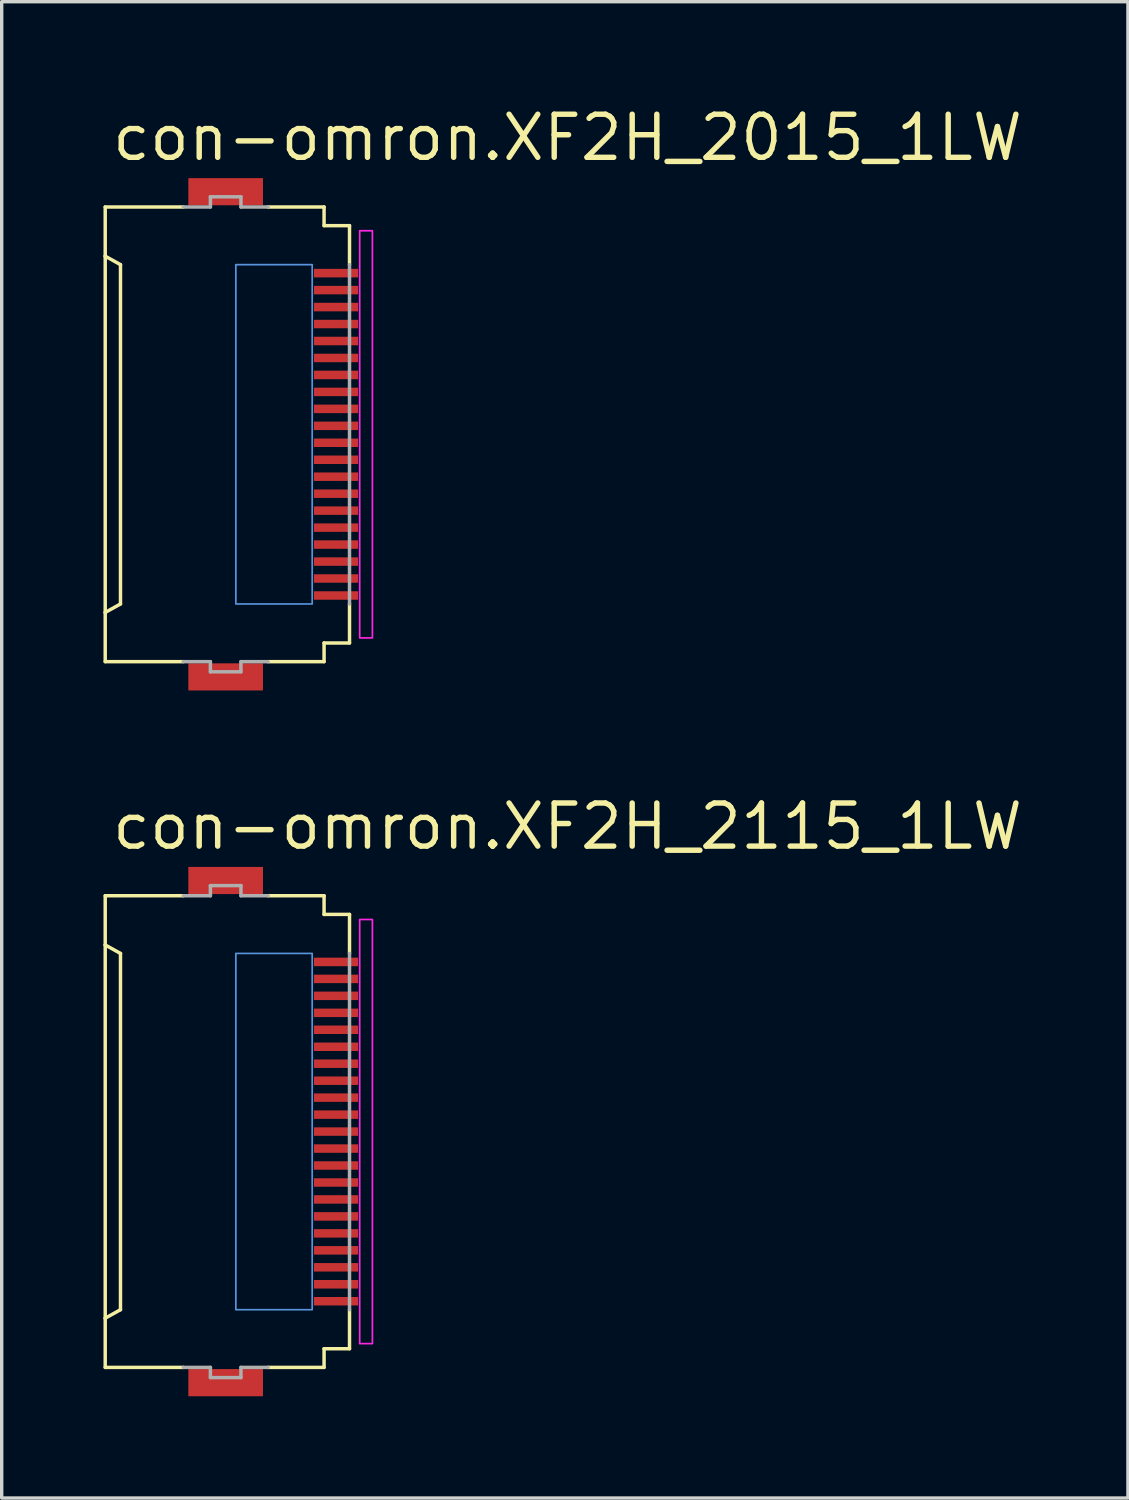
<source format=kicad_pcb>
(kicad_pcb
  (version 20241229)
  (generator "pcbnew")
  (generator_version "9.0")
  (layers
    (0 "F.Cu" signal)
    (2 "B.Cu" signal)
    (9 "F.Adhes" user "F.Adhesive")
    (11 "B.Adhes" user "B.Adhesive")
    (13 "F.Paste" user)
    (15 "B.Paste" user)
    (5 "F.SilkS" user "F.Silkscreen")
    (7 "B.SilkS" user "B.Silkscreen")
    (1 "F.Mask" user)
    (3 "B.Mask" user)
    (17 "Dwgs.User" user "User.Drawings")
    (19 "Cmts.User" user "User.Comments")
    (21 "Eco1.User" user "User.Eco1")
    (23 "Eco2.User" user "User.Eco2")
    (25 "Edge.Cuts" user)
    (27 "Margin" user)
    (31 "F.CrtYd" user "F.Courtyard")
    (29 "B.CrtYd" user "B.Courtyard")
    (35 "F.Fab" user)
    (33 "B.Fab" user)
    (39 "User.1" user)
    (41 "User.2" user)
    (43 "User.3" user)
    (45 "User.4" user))
  (footprint "con-omron.XF2H_2015_1LW"
    (layer "F.Cu")
    (at 3.676 9.75)
    (property "Reference" "con-omron.XF2H_2015_1LW" (at -3.5 -8 0) (layer "F.SilkS") (effects (font (size 1.27 1.27) (thickness 0.16)) (justify left bottom)))
    (attr smd)
    (fp_rect (start 2.475 -4.575) (end 3.875 -4.925) (stroke (width 0.05) (type default)) (fill yes) (layer "F.Mask"))
    (fp_rect (start 2.475 -4.075) (end 3.875 -4.425) (stroke (width 0.05) (type default)) (fill yes) (layer "F.Mask"))
    (fp_rect (start 2.475 -3.575) (end 3.875 -3.925) (stroke (width 0.05) (type default)) (fill yes) (layer "F.Mask"))
    (fp_rect (start 2.475 -3.075) (end 3.875 -3.425) (stroke (width 0.05) (type default)) (fill yes) (layer "F.Mask"))
    (fp_rect (start 2.475 -2.575) (end 3.875 -2.925) (stroke (width 0.05) (type default)) (fill yes) (layer "F.Mask"))
    (fp_rect (start 2.475 -2.075) (end 3.875 -2.425) (stroke (width 0.05) (type default)) (fill yes) (layer "F.Mask"))
    (fp_rect (start 2.475 -1.575) (end 3.875 -1.925) (stroke (width 0.05) (type default)) (fill yes) (layer "F.Mask"))
    (fp_rect (start 2.475 -1.075) (end 3.875 -1.425) (stroke (width 0.05) (type default)) (fill yes) (layer "F.Mask"))
    (fp_rect (start 2.475 -0.575) (end 3.875 -0.925) (stroke (width 0.05) (type default)) (fill yes) (layer "F.Mask"))
    (fp_rect (start 2.475 -0.075) (end 3.875 -0.425) (stroke (width 0.05) (type default)) (fill yes) (layer "F.Mask"))
    (fp_rect (start 2.475 0.425) (end 3.875 0.075) (stroke (width 0.05) (type default)) (fill yes) (layer "F.Mask"))
    (fp_rect (start 2.475 0.925) (end 3.875 0.575) (stroke (width 0.05) (type default)) (fill yes) (layer "F.Mask"))
    (fp_rect (start 2.475 1.425) (end 3.875 1.075) (stroke (width 0.05) (type default)) (fill yes) (layer "F.Mask"))
    (fp_rect (start 2.475 1.925) (end 3.875 1.575) (stroke (width 0.05) (type default)) (fill yes) (layer "F.Mask"))
    (fp_rect (start 2.475 2.425) (end 3.875 2.075) (stroke (width 0.05) (type default)) (fill yes) (layer "F.Mask"))
    (fp_rect (start 2.475 2.925) (end 3.875 2.575) (stroke (width 0.05) (type default)) (fill yes) (layer "F.Mask"))
    (fp_rect (start 2.475 3.425) (end 3.875 3.075) (stroke (width 0.05) (type default)) (fill yes) (layer "F.Mask"))
    (fp_rect (start 2.475 3.925) (end 3.875 3.575) (stroke (width 0.05) (type default)) (fill yes) (layer "F.Mask"))
    (fp_rect (start 2.475 4.425) (end 3.875 4.075) (stroke (width 0.05) (type default)) (fill yes) (layer "F.Mask"))
    (fp_rect (start 2.475 4.925) (end 3.875 4.575) (stroke (width 0.05) (type default)) (fill yes) (layer "F.Mask"))
    (fp_line (start -3.625 -6.7) (end -1.325 -6.7) (stroke (width 0.102) (type default)) (layer "F.SilkS"))
    (fp_line (start -3.625 -5.25) (end -3.625 -6.7) (stroke (width 0.102) (type default)) (layer "F.SilkS"))
    (fp_line (start -3.625 -5.25) (end -3.625 5.25) (stroke (width 0.102) (type default)) (layer "F.SilkS"))
    (fp_line (start -3.625 5.25) (end -3.175 5) (stroke (width 0.102) (type default)) (layer "F.SilkS"))
    (fp_line (start -3.625 6.7) (end -3.625 5.25) (stroke (width 0.102) (type default)) (layer "F.SilkS"))
    (fp_line (start -3.175 -5) (end -3.625 -5.25) (stroke (width 0.102) (type default)) (layer "F.SilkS"))
    (fp_line (start -3.175 5) (end -3.175 -5) (stroke (width 0.102) (type default)) (layer "F.SilkS"))
    (fp_line (start -1.325 6.7) (end -3.625 6.7) (stroke (width 0.102) (type default)) (layer "F.SilkS"))
    (fp_line (start 1.175 -6.7) (end 2.825 -6.7) (stroke (width 0.102) (type default)) (layer "F.SilkS"))
    (fp_line (start 1.175 6.7) (end 2.825 6.7) (stroke (width 0.102) (type default)) (layer "F.SilkS"))
    (fp_line (start 2.825 -6.7) (end 2.825 -6.15) (stroke (width 0.102) (type default)) (layer "F.SilkS"))
    (fp_line (start 2.825 -6.15) (end 3.575 -6.15) (stroke (width 0.102) (type default)) (layer "F.SilkS"))
    (fp_line (start 2.825 6.15) (end 2.825 6.7) (stroke (width 0.102) (type default)) (layer "F.SilkS"))
    (fp_line (start 2.825 6.15) (end 3.575 6.15) (stroke (width 0.102) (type default)) (layer "F.SilkS"))
    (fp_line (start 3.575 -6.15) (end 3.575 -5) (stroke (width 0.102) (type default)) (layer "F.SilkS"))
    (fp_line (start 3.575 5) (end 3.575 6.15) (stroke (width 0.102) (type default)) (layer "F.SilkS"))
    (fp_rect (start 0.225 5) (end 2.475 -5) (stroke (width 0.05) (type default)) (fill no) (layer "Cmts.User"))
    (fp_rect (start 3.875 6) (end 4.25 -6) (stroke (width 0.05) (type default)) (fill no) (layer "F.CrtYd"))
    (fp_line (start -1.325 -6.7) (end -0.525 -6.7) (stroke (width 0.102) (type default)) (layer "F.Fab"))
    (fp_line (start -0.525 -7) (end 0.375 -7) (stroke (width 0.102) (type default)) (layer "F.Fab"))
    (fp_line (start -0.525 -6.7) (end -0.525 -7) (stroke (width 0.102) (type default)) (layer "F.Fab"))
    (fp_line (start -0.525 6.7) (end -1.325 6.7) (stroke (width 0.102) (type default)) (layer "F.Fab"))
    (fp_line (start -0.525 7) (end -0.525 6.7) (stroke (width 0.102) (type default)) (layer "F.Fab"))
    (fp_line (start 0.375 -7) (end 0.375 -6.7) (stroke (width 0.102) (type default)) (layer "F.Fab"))
    (fp_line (start 0.375 -6.7) (end 1.175 -6.7) (stroke (width 0.102) (type default)) (layer "F.Fab"))
    (fp_line (start 0.375 6.7) (end 0.375 7) (stroke (width 0.102) (type default)) (layer "F.Fab"))
    (fp_line (start 0.375 7) (end -0.525 7) (stroke (width 0.102) (type default)) (layer "F.Fab"))
    (fp_line (start 1.175 6.7) (end 0.375 6.7) (stroke (width 0.102) (type default)) (layer "F.Fab"))
    (fp_line (start 3.575 -5) (end 3.575 5) (stroke (width 0.102) (type default)) (layer "F.Fab"))
    (pad "1" smd roundrect (at 3.175 -4.75) (size 1.3 0.25) (layers "F.Cu" "F.Mask" "F.Paste") (roundrect_rratio 0.01))
    (pad "2" smd roundrect (at 3.175 -4.25) (size 1.3 0.25) (layers "F.Cu" "F.Mask" "F.Paste") (roundrect_rratio 0.01))
    (pad "3" smd roundrect (at 3.175 -3.75) (size 1.3 0.25) (layers "F.Cu" "F.Mask" "F.Paste") (roundrect_rratio 0.01))
    (pad "4" smd roundrect (at 3.175 -3.25) (size 1.3 0.25) (layers "F.Cu" "F.Mask" "F.Paste") (roundrect_rratio 0.01))
    (pad "5" smd roundrect (at 3.175 -2.75) (size 1.3 0.25) (layers "F.Cu" "F.Mask" "F.Paste") (roundrect_rratio 0.01))
    (pad "6" smd roundrect (at 3.175 -2.25) (size 1.3 0.25) (layers "F.Cu" "F.Mask" "F.Paste") (roundrect_rratio 0.01))
    (pad "7" smd roundrect (at 3.175 -1.75) (size 1.3 0.25) (layers "F.Cu" "F.Mask" "F.Paste") (roundrect_rratio 0.01))
    (pad "8" smd roundrect (at 3.175 -1.25) (size 1.3 0.25) (layers "F.Cu" "F.Mask" "F.Paste") (roundrect_rratio 0.01))
    (pad "9" smd roundrect (at 3.175 -0.75) (size 1.3 0.25) (layers "F.Cu" "F.Mask" "F.Paste") (roundrect_rratio 0.01))
    (pad "10" smd roundrect (at 3.175 -0.25) (size 1.3 0.25) (layers "F.Cu" "F.Mask" "F.Paste") (roundrect_rratio 0.01))
    (pad "11" smd roundrect (at 3.175 0.25) (size 1.3 0.25) (layers "F.Cu" "F.Mask" "F.Paste") (roundrect_rratio 0.01))
    (pad "12" smd roundrect (at 3.175 0.75) (size 1.3 0.25) (layers "F.Cu" "F.Mask" "F.Paste") (roundrect_rratio 0.01))
    (pad "13" smd roundrect (at 3.175 1.25) (size 1.3 0.25) (layers "F.Cu" "F.Mask" "F.Paste") (roundrect_rratio 0.01))
    (pad "14" smd roundrect (at 3.175 1.75) (size 1.3 0.25) (layers "F.Cu" "F.Mask" "F.Paste") (roundrect_rratio 0.01))
    (pad "15" smd roundrect (at 3.175 2.25) (size 1.3 0.25) (layers "F.Cu" "F.Mask" "F.Paste") (roundrect_rratio 0.01))
    (pad "16" smd roundrect (at 3.175 2.75) (size 1.3 0.25) (layers "F.Cu" "F.Mask" "F.Paste") (roundrect_rratio 0.01))
    (pad "17" smd roundrect (at 3.175 3.25) (size 1.3 0.25) (layers "F.Cu" "F.Mask" "F.Paste") (roundrect_rratio 0.01))
    (pad "18" smd roundrect (at 3.175 3.75) (size 1.3 0.25) (layers "F.Cu" "F.Mask" "F.Paste") (roundrect_rratio 0.01))
    (pad "19" smd roundrect (at 3.175 4.25) (size 1.3 0.25) (layers "F.Cu" "F.Mask" "F.Paste") (roundrect_rratio 0.01))
    (pad "20" smd roundrect (at 3.175 4.75) (size 1.3 0.25) (layers "F.Cu" "F.Mask" "F.Paste") (roundrect_rratio 0.01))
    (pad "M1" smd roundrect (at -0.075 -7.15) (size 2.2 0.8) (layers "F.Cu" "F.Mask" "F.Paste") (roundrect_rratio 0.01))
    (pad "M2" smd roundrect (at -0.075 7.15) (size 2.2 0.8) (layers "F.Cu" "F.Mask" "F.Paste") (roundrect_rratio 0.01)))
  (footprint "con-omron.XF2H_2115_1LW"
    (layer "F.Cu")
    (at 3.676 30.3)
    (property "Reference" "con-omron.XF2H_2115_1LW" (at -3.5 -8.25 0) (layer "F.SilkS") (effects (font (size 1.27 1.27) (thickness 0.16)) (justify left bottom)))
    (attr smd)
    (fp_rect (start 2.475 -4.825) (end 3.875 -5.175) (stroke (width 0.05) (type default)) (fill yes) (layer "F.Mask"))
    (fp_rect (start 2.475 -4.325) (end 3.875 -4.675) (stroke (width 0.05) (type default)) (fill yes) (layer "F.Mask"))
    (fp_rect (start 2.475 -3.825) (end 3.875 -4.175) (stroke (width 0.05) (type default)) (fill yes) (layer "F.Mask"))
    (fp_rect (start 2.475 -3.325) (end 3.875 -3.675) (stroke (width 0.05) (type default)) (fill yes) (layer "F.Mask"))
    (fp_rect (start 2.475 -2.825) (end 3.875 -3.175) (stroke (width 0.05) (type default)) (fill yes) (layer "F.Mask"))
    (fp_rect (start 2.475 -2.325) (end 3.875 -2.675) (stroke (width 0.05) (type default)) (fill yes) (layer "F.Mask"))
    (fp_rect (start 2.475 -1.825) (end 3.875 -2.175) (stroke (width 0.05) (type default)) (fill yes) (layer "F.Mask"))
    (fp_rect (start 2.475 -1.325) (end 3.875 -1.675) (stroke (width 0.05) (type default)) (fill yes) (layer "F.Mask"))
    (fp_rect (start 2.475 -0.825) (end 3.875 -1.175) (stroke (width 0.05) (type default)) (fill yes) (layer "F.Mask"))
    (fp_rect (start 2.475 -0.325) (end 3.875 -0.675) (stroke (width 0.05) (type default)) (fill yes) (layer "F.Mask"))
    (fp_rect (start 2.475 0.175) (end 3.875 -0.175) (stroke (width 0.05) (type default)) (fill yes) (layer "F.Mask"))
    (fp_rect (start 2.475 0.675) (end 3.875 0.325) (stroke (width 0.05) (type default)) (fill yes) (layer "F.Mask"))
    (fp_rect (start 2.475 1.175) (end 3.875 0.825) (stroke (width 0.05) (type default)) (fill yes) (layer "F.Mask"))
    (fp_rect (start 2.475 1.675) (end 3.875 1.325) (stroke (width 0.05) (type default)) (fill yes) (layer "F.Mask"))
    (fp_rect (start 2.475 2.175) (end 3.875 1.825) (stroke (width 0.05) (type default)) (fill yes) (layer "F.Mask"))
    (fp_rect (start 2.475 2.675) (end 3.875 2.325) (stroke (width 0.05) (type default)) (fill yes) (layer "F.Mask"))
    (fp_rect (start 2.475 3.175) (end 3.875 2.825) (stroke (width 0.05) (type default)) (fill yes) (layer "F.Mask"))
    (fp_rect (start 2.475 3.675) (end 3.875 3.325) (stroke (width 0.05) (type default)) (fill yes) (layer "F.Mask"))
    (fp_rect (start 2.475 4.175) (end 3.875 3.825) (stroke (width 0.05) (type default)) (fill yes) (layer "F.Mask"))
    (fp_rect (start 2.475 4.675) (end 3.875 4.325) (stroke (width 0.05) (type default)) (fill yes) (layer "F.Mask"))
    (fp_rect (start 2.475 5.175) (end 3.875 4.825) (stroke (width 0.05) (type default)) (fill yes) (layer "F.Mask"))
    (fp_line (start -3.625 -6.95) (end -1.325 -6.95) (stroke (width 0.102) (type default)) (layer "F.SilkS"))
    (fp_line (start -3.625 -5.5) (end -3.625 -6.95) (stroke (width 0.102) (type default)) (layer "F.SilkS"))
    (fp_line (start -3.625 -5.5) (end -3.625 5.5) (stroke (width 0.102) (type default)) (layer "F.SilkS"))
    (fp_line (start -3.625 5.5) (end -3.175 5.25) (stroke (width 0.102) (type default)) (layer "F.SilkS"))
    (fp_line (start -3.625 6.95) (end -3.625 5.5) (stroke (width 0.102) (type default)) (layer "F.SilkS"))
    (fp_line (start -3.175 -5.25) (end -3.625 -5.5) (stroke (width 0.102) (type default)) (layer "F.SilkS"))
    (fp_line (start -3.175 5.25) (end -3.175 -5.25) (stroke (width 0.102) (type default)) (layer "F.SilkS"))
    (fp_line (start -1.325 6.95) (end -3.625 6.95) (stroke (width 0.102) (type default)) (layer "F.SilkS"))
    (fp_line (start 1.175 -6.95) (end 2.825 -6.95) (stroke (width 0.102) (type default)) (layer "F.SilkS"))
    (fp_line (start 1.175 6.95) (end 2.825 6.95) (stroke (width 0.102) (type default)) (layer "F.SilkS"))
    (fp_line (start 2.825 -6.95) (end 2.825 -6.4) (stroke (width 0.102) (type default)) (layer "F.SilkS"))
    (fp_line (start 2.825 -6.4) (end 3.575 -6.4) (stroke (width 0.102) (type default)) (layer "F.SilkS"))
    (fp_line (start 2.825 6.4) (end 2.825 6.95) (stroke (width 0.102) (type default)) (layer "F.SilkS"))
    (fp_line (start 2.825 6.4) (end 3.575 6.4) (stroke (width 0.102) (type default)) (layer "F.SilkS"))
    (fp_line (start 3.575 -6.4) (end 3.575 -5.25) (stroke (width 0.102) (type default)) (layer "F.SilkS"))
    (fp_line (start 3.575 5.25) (end 3.575 6.4) (stroke (width 0.102) (type default)) (layer "F.SilkS"))
    (fp_rect (start 0.225 5.25) (end 2.475 -5.25) (stroke (width 0.05) (type default)) (fill no) (layer "Cmts.User"))
    (fp_rect (start 3.875 6.25) (end 4.25 -6.25) (stroke (width 0.05) (type default)) (fill no) (layer "F.CrtYd"))
    (fp_line (start -1.325 -6.95) (end -0.525 -6.95) (stroke (width 0.102) (type default)) (layer "F.Fab"))
    (fp_line (start -0.525 -7.25) (end 0.375 -7.25) (stroke (width 0.102) (type default)) (layer "F.Fab"))
    (fp_line (start -0.525 -6.95) (end -0.525 -7.25) (stroke (width 0.102) (type default)) (layer "F.Fab"))
    (fp_line (start -0.525 6.95) (end -1.325 6.95) (stroke (width 0.102) (type default)) (layer "F.Fab"))
    (fp_line (start -0.525 7.25) (end -0.525 6.95) (stroke (width 0.102) (type default)) (layer "F.Fab"))
    (fp_line (start 0.375 -7.25) (end 0.375 -6.95) (stroke (width 0.102) (type default)) (layer "F.Fab"))
    (fp_line (start 0.375 -6.95) (end 1.175 -6.95) (stroke (width 0.102) (type default)) (layer "F.Fab"))
    (fp_line (start 0.375 6.95) (end 0.375 7.25) (stroke (width 0.102) (type default)) (layer "F.Fab"))
    (fp_line (start 0.375 7.25) (end -0.525 7.25) (stroke (width 0.102) (type default)) (layer "F.Fab"))
    (fp_line (start 1.175 6.95) (end 0.375 6.95) (stroke (width 0.102) (type default)) (layer "F.Fab"))
    (fp_line (start 3.575 -5.25) (end 3.575 5.25) (stroke (width 0.102) (type default)) (layer "F.Fab"))
    (pad "1" smd roundrect (at 3.175 -5) (size 1.3 0.25) (layers "F.Cu" "F.Mask" "F.Paste") (roundrect_rratio 0.01))
    (pad "2" smd roundrect (at 3.175 -4.5) (size 1.3 0.25) (layers "F.Cu" "F.Mask" "F.Paste") (roundrect_rratio 0.01))
    (pad "3" smd roundrect (at 3.175 -4) (size 1.3 0.25) (layers "F.Cu" "F.Mask" "F.Paste") (roundrect_rratio 0.01))
    (pad "4" smd roundrect (at 3.175 -3.5) (size 1.3 0.25) (layers "F.Cu" "F.Mask" "F.Paste") (roundrect_rratio 0.01))
    (pad "5" smd roundrect (at 3.175 -3) (size 1.3 0.25) (layers "F.Cu" "F.Mask" "F.Paste") (roundrect_rratio 0.01))
    (pad "6" smd roundrect (at 3.175 -2.5) (size 1.3 0.25) (layers "F.Cu" "F.Mask" "F.Paste") (roundrect_rratio 0.01))
    (pad "7" smd roundrect (at 3.175 -2) (size 1.3 0.25) (layers "F.Cu" "F.Mask" "F.Paste") (roundrect_rratio 0.01))
    (pad "8" smd roundrect (at 3.175 -1.5) (size 1.3 0.25) (layers "F.Cu" "F.Mask" "F.Paste") (roundrect_rratio 0.01))
    (pad "9" smd roundrect (at 3.175 -1) (size 1.3 0.25) (layers "F.Cu" "F.Mask" "F.Paste") (roundrect_rratio 0.01))
    (pad "10" smd roundrect (at 3.175 -0.5) (size 1.3 0.25) (layers "F.Cu" "F.Mask" "F.Paste") (roundrect_rratio 0.01))
    (pad "11" smd roundrect (at 3.175 0) (size 1.3 0.25) (layers "F.Cu" "F.Mask" "F.Paste") (roundrect_rratio 0.01))
    (pad "12" smd roundrect (at 3.175 0.5) (size 1.3 0.25) (layers "F.Cu" "F.Mask" "F.Paste") (roundrect_rratio 0.01))
    (pad "13" smd roundrect (at 3.175 1) (size 1.3 0.25) (layers "F.Cu" "F.Mask" "F.Paste") (roundrect_rratio 0.01))
    (pad "14" smd roundrect (at 3.175 1.5) (size 1.3 0.25) (layers "F.Cu" "F.Mask" "F.Paste") (roundrect_rratio 0.01))
    (pad "15" smd roundrect (at 3.175 2) (size 1.3 0.25) (layers "F.Cu" "F.Mask" "F.Paste") (roundrect_rratio 0.01))
    (pad "16" smd roundrect (at 3.175 2.5) (size 1.3 0.25) (layers "F.Cu" "F.Mask" "F.Paste") (roundrect_rratio 0.01))
    (pad "17" smd roundrect (at 3.175 3) (size 1.3 0.25) (layers "F.Cu" "F.Mask" "F.Paste") (roundrect_rratio 0.01))
    (pad "18" smd roundrect (at 3.175 3.5) (size 1.3 0.25) (layers "F.Cu" "F.Mask" "F.Paste") (roundrect_rratio 0.01))
    (pad "19" smd roundrect (at 3.175 4) (size 1.3 0.25) (layers "F.Cu" "F.Mask" "F.Paste") (roundrect_rratio 0.01))
    (pad "20" smd roundrect (at 3.175 4.5) (size 1.3 0.25) (layers "F.Cu" "F.Mask" "F.Paste") (roundrect_rratio 0.01))
    (pad "21" smd roundrect (at 3.175 5) (size 1.3 0.25) (layers "F.Cu" "F.Mask" "F.Paste") (roundrect_rratio 0.01))
    (pad "M1" smd roundrect (at -0.075 -7.4) (size 2.2 0.8) (layers "F.Cu" "F.Mask" "F.Paste") (roundrect_rratio 0.01))
    (pad "M2" smd roundrect (at -0.075 7.4) (size 2.2 0.8) (layers "F.Cu" "F.Mask" "F.Paste") (roundrect_rratio 0.01)))
  (gr_rect
    (start -3 -3)
    (end 30.193 41.1)
    (stroke (width 0.1) (type default))
    (fill no)
    (layer "Edge.Cuts")))
</source>
